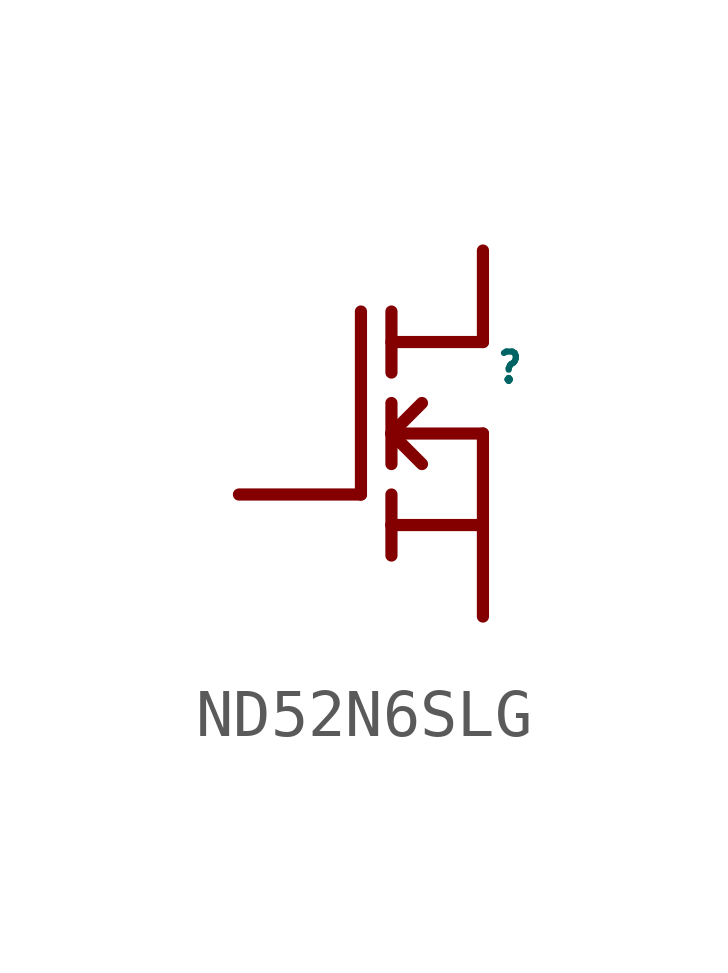
<source format=kicad_sym>
(kicad_symbol_lib
  (version 20211014)
  (generator kicad_symbol_editor)
  (symbol "ND52N6SLG"
    (property "Reference" ""
      (at 0.254 -2.794 0)
      (effects (font (size 0.61 0.518)) (justify left bottom)))
    (property "ki_locked" ""
      (at 0 0 0)
      (effects (font (size 1.27 1.27))))
    (symbol "ND52N6SLG_1_0"
      (polyline (pts (xy -2.54 -5.08) (xy -5.08 -5.08)) (stroke (width 0.254) (type default) (color 0 0 0 0)) (fill (type none)))
      (polyline (pts (xy -2.54 -1.27) (xy -2.54 -5.08)) (stroke (width 0.254) (type default) (color 0 0 0 0)) (fill (type none)))
      (polyline (pts (xy -1.905 -5.715) (xy -1.905 -6.35)) (stroke (width 0.254) (type default) (color 0 0 0 0)) (fill (type none)))
      (polyline (pts (xy -1.905 -5.715) (xy 0 -5.715)) (stroke (width 0.254) (type default) (color 0 0 0 0)) (fill (type none)))
      (polyline (pts (xy -1.905 -5.08) (xy -1.905 -5.715)) (stroke (width 0.254) (type default) (color 0 0 0 0)) (fill (type none)))
      (polyline (pts (xy -1.905 -3.81) (xy -1.905 -4.445)) (stroke (width 0.254) (type default) (color 0 0 0 0)) (fill (type none)))
      (polyline (pts (xy -1.905 -3.81) (xy -1.27 -4.445)) (stroke (width 0.254) (type default) (color 0 0 0 0)) (fill (type none)))
      (polyline (pts (xy -1.905 -3.81) (xy -1.27 -3.175)) (stroke (width 0.254) (type default) (color 0 0 0 0)) (fill (type none)))
      (polyline (pts (xy -1.905 -3.81) (xy 0 -3.81)) (stroke (width 0.254) (type default) (color 0 0 0 0)) (fill (type none)))
      (polyline (pts (xy -1.905 -3.175) (xy -1.905 -3.81)) (stroke (width 0.254) (type default) (color 0 0 0 0)) (fill (type none)))
      (polyline (pts (xy -1.905 -1.27) (xy -1.905 -2.54)) (stroke (width 0.254) (type default) (color 0 0 0 0)) (fill (type none)))
      (polyline (pts (xy 0 -5.715) (xy 0 -7.62)) (stroke (width 0.254) (type default) (color 0 0 0 0)) (fill (type none)))
      (polyline (pts (xy 0 -3.81) (xy 0 -5.715)) (stroke (width 0.254) (type default) (color 0 0 0 0)) (fill (type none)))
      (polyline (pts (xy 0 -1.905) (xy -1.905 -1.905)) (stroke (width 0.254) (type default) (color 0 0 0 0)) (fill (type none)))
      (polyline (pts (xy 0 0) (xy 0 -1.905)) (stroke (width 0.254) (type default) (color 0 0 0 0)) (fill (type none)))
      (pin bidirectional line (at -5.08 -5.08 0) (length 0) (name "G" (effects (font (size 0 0)))) (number "1" (effects (font (size 0 0)))))
      (pin bidirectional line (at 0 -7.62 0) (length 0) (name "S" (effects (font (size 0 0)))) (number "3" (effects (font (size 0 0)))))
      (pin bidirectional line (at 0 0 0) (length 0) (name "D" (effects (font (size 0 0)))) (number "4" (effects (font (size 0 0))))))))
</source>
